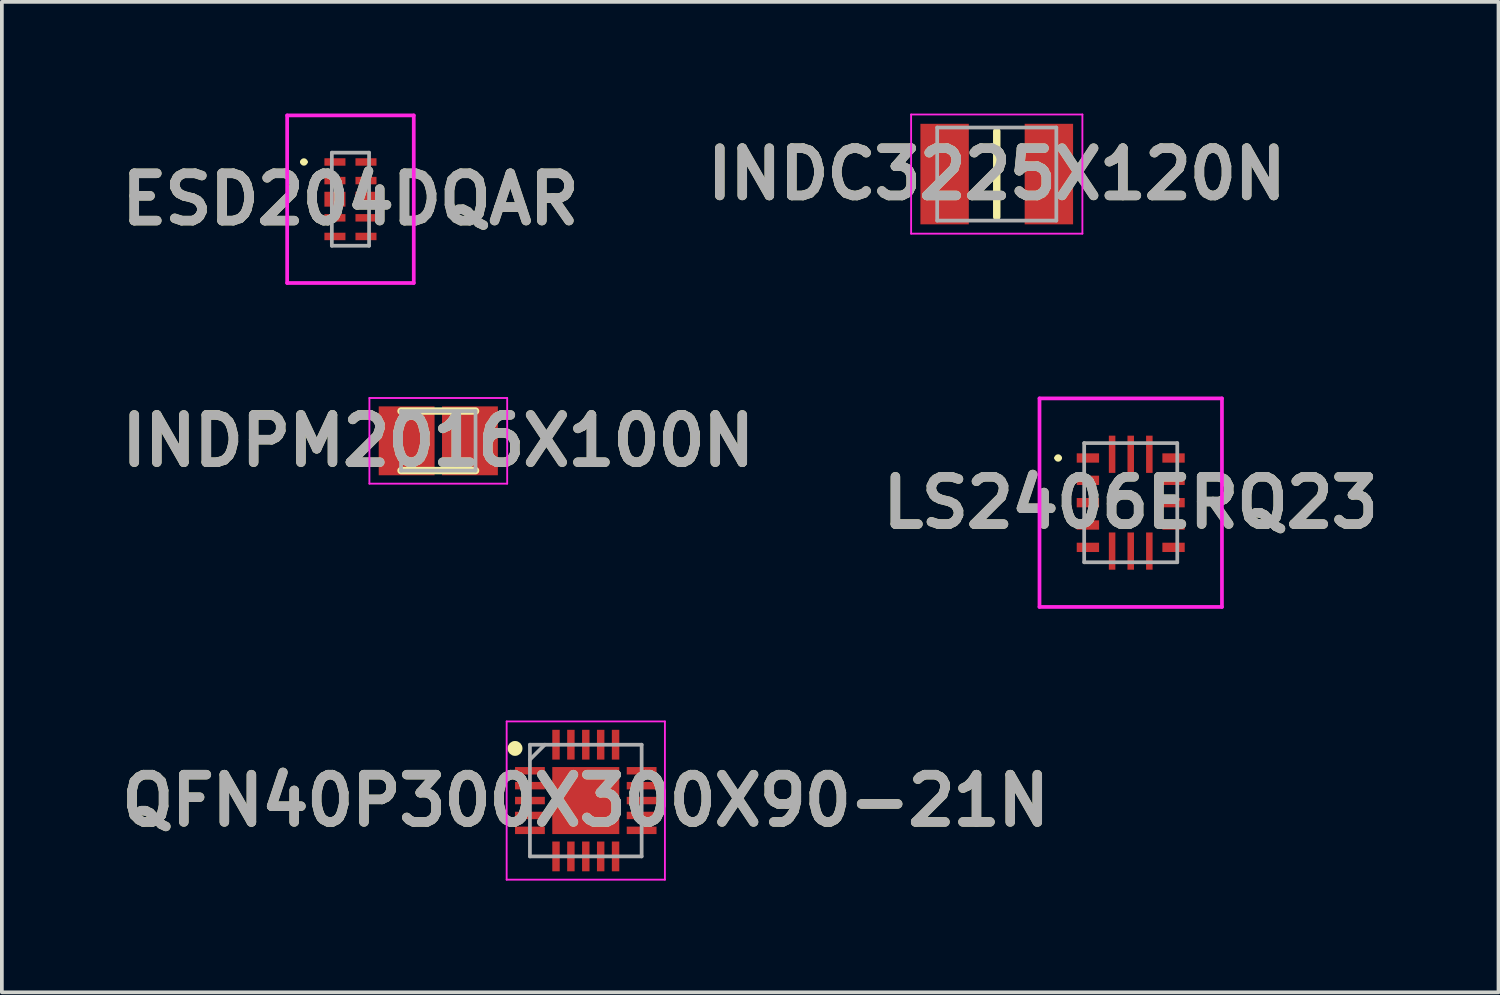
<source format=kicad_pcb>
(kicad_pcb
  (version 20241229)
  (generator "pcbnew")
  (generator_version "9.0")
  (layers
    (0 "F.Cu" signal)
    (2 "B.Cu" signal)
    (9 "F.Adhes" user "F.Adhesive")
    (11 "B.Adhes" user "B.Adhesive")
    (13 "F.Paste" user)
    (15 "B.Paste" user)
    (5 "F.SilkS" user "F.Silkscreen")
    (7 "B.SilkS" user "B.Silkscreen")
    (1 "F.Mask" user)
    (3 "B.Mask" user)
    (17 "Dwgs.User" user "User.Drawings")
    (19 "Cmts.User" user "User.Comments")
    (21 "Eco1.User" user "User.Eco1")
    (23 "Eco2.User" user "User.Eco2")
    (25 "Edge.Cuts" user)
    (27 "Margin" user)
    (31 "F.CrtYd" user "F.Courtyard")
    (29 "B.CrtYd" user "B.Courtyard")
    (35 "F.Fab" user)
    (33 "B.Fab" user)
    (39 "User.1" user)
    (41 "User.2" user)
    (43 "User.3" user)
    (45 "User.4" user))
  (footprint "QFN40P300X300X90-21N"
    (layer "F.Cu")
    (at 12.682 18.45)
    (property "Reference" "QFN40P300X300X90-21N" (at 0 0 0) (layer "F.SilkS") (effects (font (size 1.27 1.27) (thickness 0.254))))
    (attr smd)
    (fp_circle (center -1.9 -1.4) (end -1.9 -1.3) (stroke (width 0.2) (type solid)) (fill no) (layer "F.SilkS"))
    (fp_line (start -2.125 -2.125) (end 2.125 -2.125) (stroke (width 0.05) (type solid)) (layer "F.CrtYd"))
    (fp_line (start -2.125 2.125) (end -2.125 -2.125) (stroke (width 0.05) (type solid)) (layer "F.CrtYd"))
    (fp_line (start 2.125 -2.125) (end 2.125 2.125) (stroke (width 0.05) (type solid)) (layer "F.CrtYd"))
    (fp_line (start 2.125 2.125) (end -2.125 2.125) (stroke (width 0.05) (type solid)) (layer "F.CrtYd"))
    (fp_line (start -1.5 -1.5) (end 1.5 -1.5) (stroke (width 0.1) (type solid)) (layer "F.Fab"))
    (fp_line (start -1.5 -1.1) (end -1.1 -1.5) (stroke (width 0.1) (type solid)) (layer "F.Fab"))
    (fp_line (start -1.5 1.5) (end -1.5 -1.5) (stroke (width 0.1) (type solid)) (layer "F.Fab"))
    (fp_line (start 1.5 -1.5) (end 1.5 1.5) (stroke (width 0.1) (type solid)) (layer "F.Fab"))
    (fp_line (start 1.5 1.5) (end -1.5 1.5) (stroke (width 0.1) (type solid)) (layer "F.Fab"))
    (fp_text user "${REFERENCE}" (at 0 0 0) (layer "F.Fab") (effects (font (size 1.27 1.27) (thickness 0.254))))
    (pad "1" smd rect (at -1.5 -0.8 90) (size 0.2 0.8) (layers "F.Cu" "F.Mask" "F.Paste"))
    (pad "2" smd rect (at -1.5 -0.4 90) (size 0.2 0.8) (layers "F.Cu" "F.Mask" "F.Paste"))
    (pad "3" smd rect (at -1.5 0 90) (size 0.2 0.8) (layers "F.Cu" "F.Mask" "F.Paste"))
    (pad "4" smd rect (at -1.5 0.4 90) (size 0.2 0.8) (layers "F.Cu" "F.Mask" "F.Paste"))
    (pad "5" smd rect (at -1.5 0.8 90) (size 0.2 0.8) (layers "F.Cu" "F.Mask" "F.Paste"))
    (pad "6" smd rect (at -0.8 1.5) (size 0.2 0.8) (layers "F.Cu" "F.Mask" "F.Paste"))
    (pad "7" smd rect (at -0.4 1.5) (size 0.2 0.8) (layers "F.Cu" "F.Mask" "F.Paste"))
    (pad "8" smd rect (at 0 1.5) (size 0.2 0.8) (layers "F.Cu" "F.Mask" "F.Paste"))
    (pad "9" smd rect (at 0.4 1.5) (size 0.2 0.8) (layers "F.Cu" "F.Mask" "F.Paste"))
    (pad "10" smd rect (at 0.8 1.5) (size 0.2 0.8) (layers "F.Cu" "F.Mask" "F.Paste"))
    (pad "11" smd rect (at 1.5 0.8 90) (size 0.2 0.8) (layers "F.Cu" "F.Mask" "F.Paste"))
    (pad "12" smd rect (at 1.5 0.4 90) (size 0.2 0.8) (layers "F.Cu" "F.Mask" "F.Paste"))
    (pad "13" smd rect (at 1.5 0 90) (size 0.2 0.8) (layers "F.Cu" "F.Mask" "F.Paste"))
    (pad "14" smd rect (at 1.5 -0.4 90) (size 0.2 0.8) (layers "F.Cu" "F.Mask" "F.Paste"))
    (pad "15" smd rect (at 1.5 -0.8 90) (size 0.2 0.8) (layers "F.Cu" "F.Mask" "F.Paste"))
    (pad "16" smd rect (at 0.8 -1.5) (size 0.2 0.8) (layers "F.Cu" "F.Mask" "F.Paste"))
    (pad "17" smd rect (at 0.4 -1.5) (size 0.2 0.8) (layers "F.Cu" "F.Mask" "F.Paste"))
    (pad "18" smd rect (at 0 -1.5) (size 0.2 0.8) (layers "F.Cu" "F.Mask" "F.Paste"))
    (pad "19" smd rect (at -0.4 -1.5) (size 0.2 0.8) (layers "F.Cu" "F.Mask" "F.Paste"))
    (pad "20" smd rect (at -0.8 -1.5) (size 0.2 0.8) (layers "F.Cu" "F.Mask" "F.Paste"))
    (pad "21" smd rect (at 0 0) (size 1.8 1.8) (layers "F.Cu" "F.Mask" "F.Paste")))
  (footprint "INDPM2016X100N"
    (layer "F.Cu")
    (at 8.721 8.789)
    (property "Reference" "INDPM2016X100N" (at 0 0 0) (layer "F.SilkS") (effects (font (size 1.27 1.27) (thickness 0.254))))
    (attr smd)
    (fp_line (start -1 0.8) (end 1 0.8) (stroke (width 0.2) (type solid)) (layer "F.SilkS"))
    (fp_line (start 1 -0.8) (end -1 -0.8) (stroke (width 0.2) (type solid)) (layer "F.SilkS"))
    (fp_line (start -1.85 -1.15) (end 1.85 -1.15) (stroke (width 0.05) (type solid)) (layer "F.CrtYd"))
    (fp_line (start -1.85 1.15) (end -1.85 -1.15) (stroke (width 0.05) (type solid)) (layer "F.CrtYd"))
    (fp_line (start 1.85 -1.15) (end 1.85 1.15) (stroke (width 0.05) (type solid)) (layer "F.CrtYd"))
    (fp_line (start 1.85 1.15) (end -1.85 1.15) (stroke (width 0.05) (type solid)) (layer "F.CrtYd"))
    (fp_line (start -1 -0.8) (end 1 -0.8) (stroke (width 0.1) (type solid)) (layer "F.Fab"))
    (fp_line (start -1 0.8) (end -1 -0.8) (stroke (width 0.1) (type solid)) (layer "F.Fab"))
    (fp_line (start 1 -0.8) (end 1 0.8) (stroke (width 0.1) (type solid)) (layer "F.Fab"))
    (fp_line (start 1 0.8) (end -1 0.8) (stroke (width 0.1) (type solid)) (layer "F.Fab"))
    (fp_text user "${REFERENCE}" (at 0 0 0) (layer "F.Fab") (effects (font (size 1.27 1.27) (thickness 0.254))))
    (pad "1" smd rect (at -0.85 0) (size 1.5 1.85) (layers "F.Cu" "F.Mask" "F.Paste"))
    (pad "2" smd rect (at 0.85 0) (size 1.5 1.85) (layers "F.Cu" "F.Mask" "F.Paste")))
  (footprint "LS2406ERQ23"
    (layer "F.Cu")
    (at 27.317 10.45)
    (property "Reference" "LS2406ERQ23" (at 0 0 0) (layer "F.SilkS") (effects (font (size 1.27 1.27) (thickness 0.254))))
    (attr smd)
    (fp_line (start -2 -1.2) (end -2 -1.2) (stroke (width 0.1) (type solid)) (layer "F.SilkS"))
    (fp_line (start -1.9 -1.2) (end -1.9 -1.2) (stroke (width 0.1) (type solid)) (layer "F.SilkS"))
    (fp_arc (start -2 -1.2) (mid -1.95 -1.25) (end -1.9 -1.2) (stroke (width 0.1) (type solid)) (layer "F.SilkS"))
    (fp_arc (start -1.9 -1.2) (mid -1.95 -1.15) (end -2 -1.2) (stroke (width 0.1) (type solid)) (layer "F.SilkS"))
    (fp_line (start -2.45 -2.8) (end 2.45 -2.8) (stroke (width 0.1) (type solid)) (layer "F.CrtYd"))
    (fp_line (start -2.45 2.8) (end -2.45 -2.8) (stroke (width 0.1) (type solid)) (layer "F.CrtYd"))
    (fp_line (start 2.45 -2.8) (end 2.45 2.8) (stroke (width 0.1) (type solid)) (layer "F.CrtYd"))
    (fp_line (start 2.45 2.8) (end -2.45 2.8) (stroke (width 0.1) (type solid)) (layer "F.CrtYd"))
    (fp_line (start -1.25 -1.6) (end -1.25 1.6) (stroke (width 0.1) (type solid)) (layer "F.Fab"))
    (fp_line (start -1.25 1.6) (end 1.25 1.6) (stroke (width 0.1) (type solid)) (layer "F.Fab"))
    (fp_line (start 1.25 -1.6) (end -1.25 -1.6) (stroke (width 0.1) (type solid)) (layer "F.Fab"))
    (fp_line (start 1.25 1.6) (end 1.25 -1.6) (stroke (width 0.1) (type solid)) (layer "F.Fab"))
    (fp_text user "${REFERENCE}" (at 0 0 0) (layer "F.Fab") (effects (font (size 1.27 1.27) (thickness 0.254))))
    (pad "1" smd rect (at -1.15 -1.2 90) (size 0.25 0.6) (layers "F.Cu" "F.Mask" "F.Paste"))
    (pad "2" smd rect (at -1.15 -0.6 90) (size 0.25 0.6) (layers "F.Cu" "F.Mask" "F.Paste"))
    (pad "3" smd rect (at -1.15 0 90) (size 0.25 0.6) (layers "F.Cu" "F.Mask" "F.Paste"))
    (pad "4" smd rect (at -1.15 0.6 90) (size 0.25 0.6) (layers "F.Cu" "F.Mask" "F.Paste"))
    (pad "5" smd rect (at -1.15 1.2 90) (size 0.25 0.6) (layers "F.Cu" "F.Mask" "F.Paste"))
    (pad "6" smd rect (at -0.5 1.3) (size 0.175 1) (layers "F.Cu" "F.Mask" "F.Paste"))
    (pad "7" smd rect (at 0 1.3) (size 0.175 1) (layers "F.Cu" "F.Mask" "F.Paste"))
    (pad "8" smd rect (at 0.5 1.3) (size 0.175 1) (layers "F.Cu" "F.Mask" "F.Paste"))
    (pad "9" smd rect (at 1.15 1.2 90) (size 0.25 0.6) (layers "F.Cu" "F.Mask" "F.Paste"))
    (pad "10" smd rect (at 1.15 0.6 90) (size 0.25 0.6) (layers "F.Cu" "F.Mask" "F.Paste"))
    (pad "11" smd rect (at 1.15 0 90) (size 0.25 0.6) (layers "F.Cu" "F.Mask" "F.Paste"))
    (pad "12" smd rect (at 1.15 -0.6 90) (size 0.25 0.6) (layers "F.Cu" "F.Mask" "F.Paste"))
    (pad "13" smd rect (at 1.15 -1.2 90) (size 0.25 0.6) (layers "F.Cu" "F.Mask" "F.Paste"))
    (pad "14" smd rect (at 0.5 -1.3) (size 0.175 1) (layers "F.Cu" "F.Mask" "F.Paste"))
    (pad "15" smd rect (at 0 -1.3) (size 0.175 1) (layers "F.Cu" "F.Mask" "F.Paste"))
    (pad "16" smd rect (at -0.5 -1.3) (size 0.175 1) (layers "F.Cu" "F.Mask" "F.Paste")))
  (footprint "ESD204DQAR"
    (layer "F.Cu")
    (at 6.362 2.3)
    (property "Reference" "ESD204DQAR" (at 0 0 0) (layer "F.SilkS") (effects (font (size 1.27 1.27) (thickness 0.254))))
    (attr smd)
    (fp_line (start -1.3 -1) (end -1.3 -1) (stroke (width 0.1) (type solid)) (layer "F.SilkS"))
    (fp_line (start -1.2 -1) (end -1.2 -1) (stroke (width 0.1) (type solid)) (layer "F.SilkS"))
    (fp_arc (start -1.3 -1) (mid -1.25 -1.05) (end -1.2 -1) (stroke (width 0.1) (type solid)) (layer "F.SilkS"))
    (fp_arc (start -1.2 -1) (mid -1.25 -0.95) (end -1.3 -1) (stroke (width 0.1) (type solid)) (layer "F.SilkS"))
    (fp_line (start -1.7 -2.25) (end 1.7 -2.25) (stroke (width 0.1) (type solid)) (layer "F.CrtYd"))
    (fp_line (start -1.7 2.25) (end -1.7 -2.25) (stroke (width 0.1) (type solid)) (layer "F.CrtYd"))
    (fp_line (start 1.7 -2.25) (end 1.7 2.25) (stroke (width 0.1) (type solid)) (layer "F.CrtYd"))
    (fp_line (start 1.7 2.25) (end -1.7 2.25) (stroke (width 0.1) (type solid)) (layer "F.CrtYd"))
    (fp_line (start -0.5 -1.25) (end 0.5 -1.25) (stroke (width 0.1) (type solid)) (layer "F.Fab"))
    (fp_line (start -0.5 1.25) (end -0.5 -1.25) (stroke (width 0.1) (type solid)) (layer "F.Fab"))
    (fp_line (start 0.5 -1.25) (end 0.5 1.25) (stroke (width 0.1) (type solid)) (layer "F.Fab"))
    (fp_line (start 0.5 1.25) (end -0.5 1.25) (stroke (width 0.1) (type solid)) (layer "F.Fab"))
    (fp_text user "${REFERENCE}" (at 0 0 0) (layer "F.Fab") (effects (font (size 1.27 1.27) (thickness 0.254))))
    (pad "1" smd rect (at -0.417 -1 90) (size 0.2 0.565) (layers "F.Cu" "F.Mask" "F.Paste"))
    (pad "2" smd rect (at -0.417 -0.5 90) (size 0.2 0.565) (layers "F.Cu" "F.Mask" "F.Paste"))
    (pad "3" smd rect (at -0.417 0 90) (size 0.4 0.565) (layers "F.Cu" "F.Mask" "F.Paste"))
    (pad "4" smd rect (at -0.417 0.5 90) (size 0.2 0.565) (layers "F.Cu" "F.Mask" "F.Paste"))
    (pad "5" smd rect (at -0.417 1 90) (size 0.2 0.565) (layers "F.Cu" "F.Mask" "F.Paste"))
    (pad "6" smd rect (at 0.417 1 90) (size 0.2 0.565) (layers "F.Cu" "F.Mask" "F.Paste"))
    (pad "7" smd rect (at 0.417 0.5 90) (size 0.2 0.565) (layers "F.Cu" "F.Mask" "F.Paste"))
    (pad "8" smd rect (at 0.417 0 90) (size 0.4 0.565) (layers "F.Cu" "F.Mask" "F.Paste"))
    (pad "9" smd rect (at 0.417 -0.5 90) (size 0.2 0.565) (layers "F.Cu" "F.Mask" "F.Paste"))
    (pad "10" smd rect (at 0.417 -1 90) (size 0.2 0.565) (layers "F.Cu" "F.Mask" "F.Paste")))
  (footprint "INDC3225X120N"
    (layer "F.Cu")
    (at 23.719 1.625)
    (property "Reference" "INDC3225X120N" (at 0 0 0) (layer "F.SilkS") (effects (font (size 1.27 1.27) (thickness 0.254))))
    (attr smd)
    (fp_line (start 0 -1.15) (end 0 1.15) (stroke (width 0.2) (type solid)) (layer "F.SilkS"))
    (fp_line (start -2.3 -1.6) (end 2.3 -1.6) (stroke (width 0.05) (type solid)) (layer "F.CrtYd"))
    (fp_line (start -2.3 1.6) (end -2.3 -1.6) (stroke (width 0.05) (type solid)) (layer "F.CrtYd"))
    (fp_line (start 2.3 -1.6) (end 2.3 1.6) (stroke (width 0.05) (type solid)) (layer "F.CrtYd"))
    (fp_line (start 2.3 1.6) (end -2.3 1.6) (stroke (width 0.05) (type solid)) (layer "F.CrtYd"))
    (fp_line (start -1.6 -1.25) (end 1.6 -1.25) (stroke (width 0.1) (type solid)) (layer "F.Fab"))
    (fp_line (start -1.6 1.25) (end -1.6 -1.25) (stroke (width 0.1) (type solid)) (layer "F.Fab"))
    (fp_line (start 1.6 -1.25) (end 1.6 1.25) (stroke (width 0.1) (type solid)) (layer "F.Fab"))
    (fp_line (start 1.6 1.25) (end -1.6 1.25) (stroke (width 0.1) (type solid)) (layer "F.Fab"))
    (fp_text user "${REFERENCE}" (at 0 0 0) (layer "F.Fab") (effects (font (size 1.27 1.27) (thickness 0.254))))
    (pad "1" smd rect (at -1.4 0) (size 1.3 2.7) (layers "F.Cu" "F.Mask" "F.Paste"))
    (pad "2" smd rect (at 1.4 0) (size 1.3 2.7) (layers "F.Cu" "F.Mask" "F.Paste")))
  (gr_rect
    (start -3 -3)
    (end 37.194 23.6)
    (stroke (width 0.1) (type default))
    (fill no)
    (layer "Edge.Cuts")))
</source>
